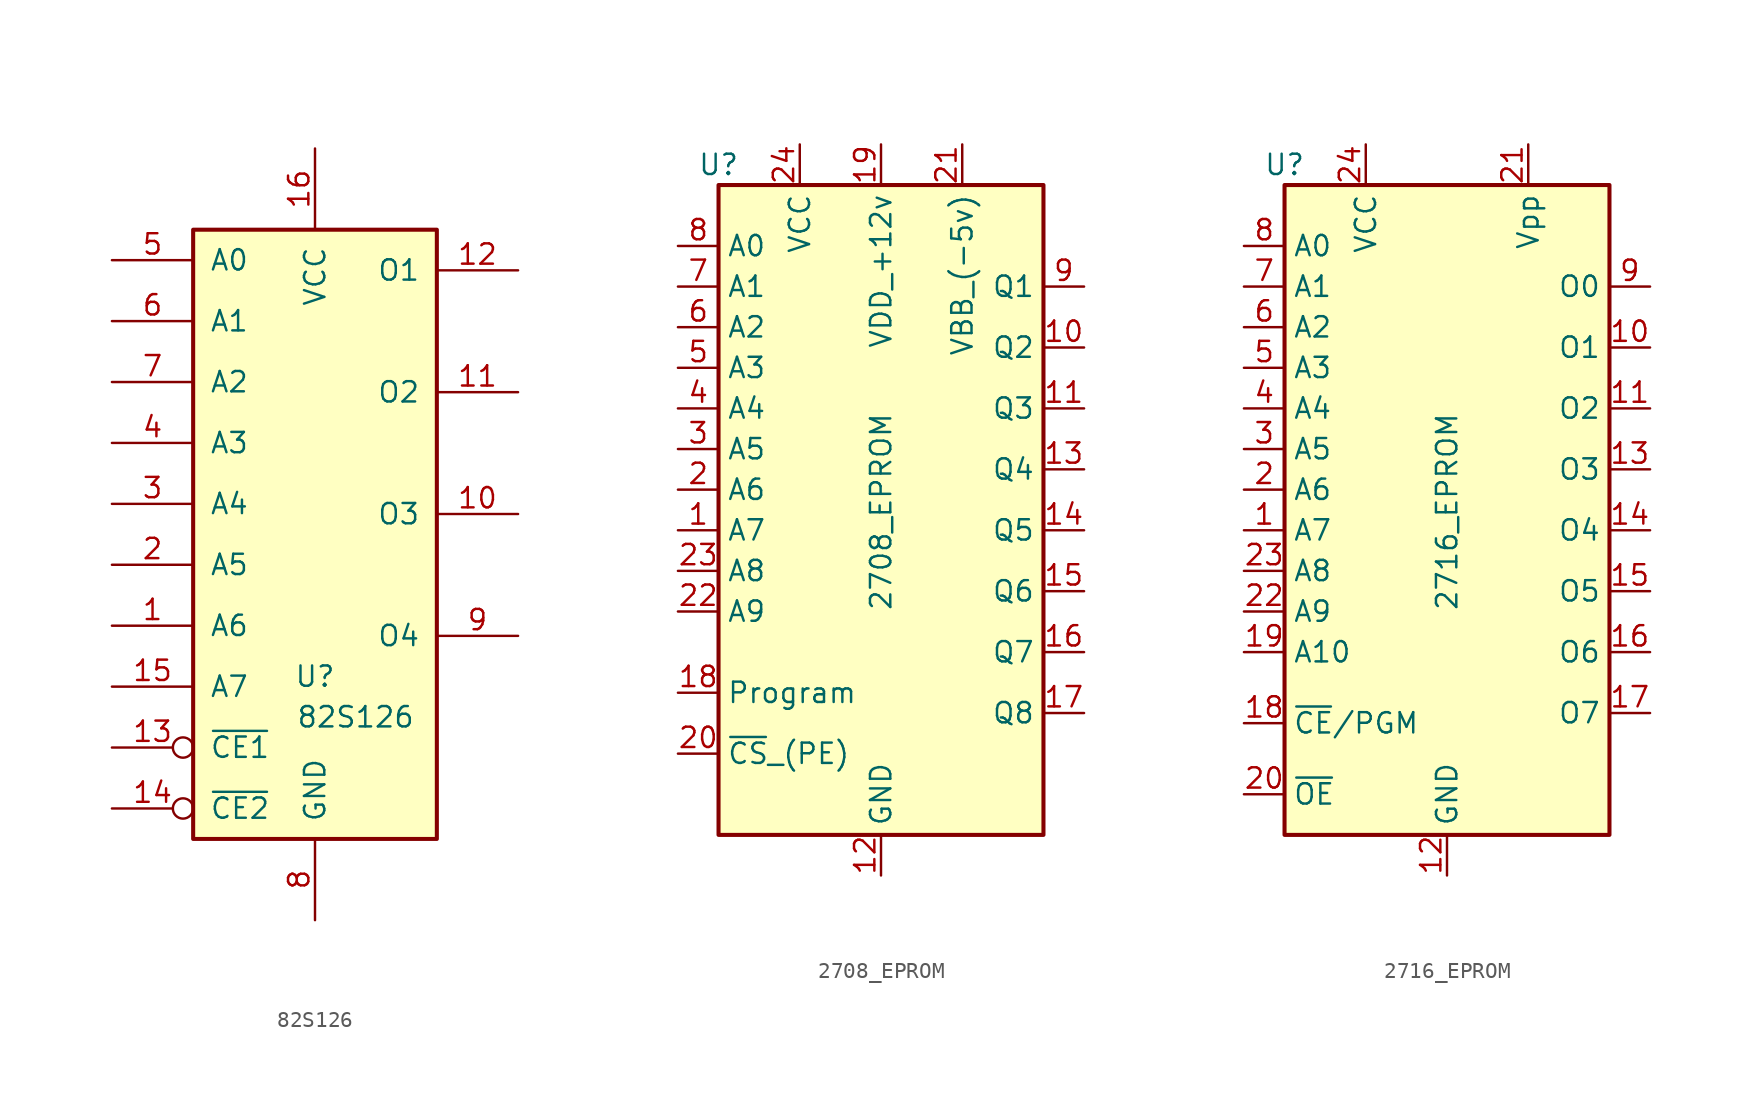
<source format=kicad_sym>
(kicad_symbol_lib
  (version 20220914)
  (generator kicad_symbol_editor)
  (symbol "82S126"
    (pin_names
      (offset 1.016))
    (property "Reference" "U"
      (at 0 -10.16 0)
      (effects (font (size 1.27 1.27))))
    (property "Value" "82S126"
      (at 2.54 -12.7 0)
      (effects (font (size 1.27 1.27))))
    (symbol "82S126_1_0"
      (pin input line (at -12.7 -6.985 0) (length 5.08) (name "A6" (effects (font (size 1.27 1.27)))) (number "1" (effects (font (size 1.27 1.27)))))
      (pin output line (at 12.7 0 180) (length 5.08) (name "O3" (effects (font (size 1.27 1.27)))) (number "10" (effects (font (size 1.27 1.27)))))
      (pin output line (at 12.7 7.62 180) (length 5.08) (name "O2" (effects (font (size 1.27 1.27)))) (number "11" (effects (font (size 1.27 1.27)))))
      (pin output line (at 12.7 15.24 180) (length 5.08) (name "O1" (effects (font (size 1.27 1.27)))) (number "12" (effects (font (size 1.27 1.27)))))
      (pin input inverted (at -12.7 -14.605 0) (length 5.08) (name "~{CE1}" (effects (font (size 1.27 1.27)))) (number "13" (effects (font (size 1.27 1.27)))))
      (pin input inverted (at -12.7 -18.415 0) (length 5.08) (name "~{CE2}" (effects (font (size 1.27 1.27)))) (number "14" (effects (font (size 1.27 1.27)))))
      (pin input line (at -12.7 -10.795 0) (length 5.08) (name "A7" (effects (font (size 1.27 1.27)))) (number "15" (effects (font (size 1.27 1.27)))))
      (pin power_in line (at 0 22.86 270) (length 5.08) (name "VCC" (effects (font (size 1.27 1.27)))) (number "16" (effects (font (size 1.27 1.27)))))
      (pin input line (at -12.7 -3.175 0) (length 5.08) (name "A5" (effects (font (size 1.27 1.27)))) (number "2" (effects (font (size 1.27 1.27)))))
      (pin input line (at -12.7 0.635 0) (length 5.08) (name "A4" (effects (font (size 1.27 1.27)))) (number "3" (effects (font (size 1.27 1.27)))))
      (pin input line (at -12.7 4.445 0) (length 5.08) (name "A3" (effects (font (size 1.27 1.27)))) (number "4" (effects (font (size 1.27 1.27)))))
      (pin input line (at -12.7 15.875 0) (length 5.08) (name "A0" (effects (font (size 1.27 1.27)))) (number "5" (effects (font (size 1.27 1.27)))))
      (pin input line (at -12.7 12.065 0) (length 5.08) (name "A1" (effects (font (size 1.27 1.27)))) (number "6" (effects (font (size 1.27 1.27)))))
      (pin input line (at -12.7 8.255 0) (length 5.08) (name "A2" (effects (font (size 1.27 1.27)))) (number "7" (effects (font (size 1.27 1.27)))))
      (pin power_in line (at 0 -25.4 90) (length 5.08) (name "GND" (effects (font (size 1.27 1.27)))) (number "8" (effects (font (size 1.27 1.27)))))
      (pin output line (at 12.7 -7.62 180) (length 5.08) (name "O4" (effects (font (size 1.27 1.27)))) (number "9" (effects (font (size 1.27 1.27))))))
    (symbol "82S126_1_1"
      (rectangle (start -7.62 17.78) (end 7.62 -20.32) (stroke (width 0.254) (type default)) (fill (type background)))))
  (symbol "2708_EPROM"
    (property "Reference" "U"
      (at -10.16 20.32 0)
      (effects (font (size 1.27 1.27))))
    (property "Value" "2708_EPROM"
      (at 0 -7.62 90)
      (effects (font (size 1.27 1.27)) (justify left)))
    (symbol "2708_EPROM_1_1"
      (rectangle (start -10.16 19.05) (end 10.16 -21.59) (stroke (width 0.254) (type default)) (fill (type background)))
      (pin input line (at -12.7 -2.54 0) (length 2.54) (name "A7" (effects (font (size 1.27 1.27)))) (number "1" (effects (font (size 1.27 1.27)))))
      (pin tri_state line (at 12.7 8.89 180) (length 2.54) (name "Q2" (effects (font (size 1.27 1.27)))) (number "10" (effects (font (size 1.27 1.27)))))
      (pin tri_state line (at 12.7 5.08 180) (length 2.54) (name "Q3" (effects (font (size 1.27 1.27)))) (number "11" (effects (font (size 1.27 1.27)))))
      (pin power_in line (at 0 -24.13 90) (length 2.54) (name "GND" (effects (font (size 1.27 1.27)))) (number "12" (effects (font (size 1.27 1.27)))))
      (pin tri_state line (at 12.7 1.27 180) (length 2.54) (name "Q4" (effects (font (size 1.27 1.27)))) (number "13" (effects (font (size 1.27 1.27)))))
      (pin tri_state line (at 12.7 -2.54 180) (length 2.54) (name "Q5" (effects (font (size 1.27 1.27)))) (number "14" (effects (font (size 1.27 1.27)))))
      (pin tri_state line (at 12.7 -6.35 180) (length 2.54) (name "Q6" (effects (font (size 1.27 1.27)))) (number "15" (effects (font (size 1.27 1.27)))))
      (pin tri_state line (at 12.7 -10.16 180) (length 2.54) (name "Q7" (effects (font (size 1.27 1.27)))) (number "16" (effects (font (size 1.27 1.27)))))
      (pin tri_state line (at 12.7 -13.97 180) (length 2.54) (name "Q8" (effects (font (size 1.27 1.27)))) (number "17" (effects (font (size 1.27 1.27)))))
      (pin input line (at -12.7 -12.7 0) (length 2.54) (name "Program" (effects (font (size 1.27 1.27)))) (number "18" (effects (font (size 1.27 1.27)))))
      (pin power_in line (at 0 21.59 270) (length 2.54) (name "VDD_+12v" (effects (font (size 1.27 1.27)))) (number "19" (effects (font (size 1.27 1.27)))))
      (pin input line (at -12.7 0 0) (length 2.54) (name "A6" (effects (font (size 1.27 1.27)))) (number "2" (effects (font (size 1.27 1.27)))))
      (pin input line (at -12.7 -16.51 0) (length 2.54) (name "~{CS}_(PE)" (effects (font (size 1.27 1.27)))) (number "20" (effects (font (size 1.27 1.27)))))
      (pin power_in line (at 5.08 21.59 270) (length 2.54) (name "VBB_(-5v)" (effects (font (size 1.27 1.27)))) (number "21" (effects (font (size 1.27 1.27)))))
      (pin input line (at -12.7 -7.62 0) (length 2.54) (name "A9" (effects (font (size 1.27 1.27)))) (number "22" (effects (font (size 1.27 1.27)))))
      (pin input line (at -12.7 -5.08 0) (length 2.54) (name "A8" (effects (font (size 1.27 1.27)))) (number "23" (effects (font (size 1.27 1.27)))))
      (pin power_in line (at -5.08 21.59 270) (length 2.54) (name "VCC" (effects (font (size 1.27 1.27)))) (number "24" (effects (font (size 1.27 1.27)))))
      (pin input line (at -12.7 2.54 0) (length 2.54) (name "A5" (effects (font (size 1.27 1.27)))) (number "3" (effects (font (size 1.27 1.27)))))
      (pin input line (at -12.7 5.08 0) (length 2.54) (name "A4" (effects (font (size 1.27 1.27)))) (number "4" (effects (font (size 1.27 1.27)))))
      (pin input line (at -12.7 7.62 0) (length 2.54) (name "A3" (effects (font (size 1.27 1.27)))) (number "5" (effects (font (size 1.27 1.27)))))
      (pin input line (at -12.7 10.16 0) (length 2.54) (name "A2" (effects (font (size 1.27 1.27)))) (number "6" (effects (font (size 1.27 1.27)))))
      (pin input line (at -12.7 12.7 0) (length 2.54) (name "A1" (effects (font (size 1.27 1.27)))) (number "7" (effects (font (size 1.27 1.27)))))
      (pin input line (at -12.7 15.24 0) (length 2.54) (name "A0" (effects (font (size 1.27 1.27)))) (number "8" (effects (font (size 1.27 1.27)))))
      (pin tri_state line (at 12.7 12.7 180) (length 2.54) (name "Q1" (effects (font (size 1.27 1.27)))) (number "9" (effects (font (size 1.27 1.27)))))))
  (symbol "2716_EPROM"
    (property "Reference" "U"
      (at -10.16 20.32 0)
      (effects (font (size 1.27 1.27))))
    (property "Value" "2716_EPROM"
      (at 0 -7.62 90)
      (effects (font (size 1.27 1.27)) (justify left)))
    (symbol "2716_EPROM_1_1"
      (rectangle (start -10.16 19.05) (end 10.16 -21.59) (stroke (width 0.254) (type default)) (fill (type background)))
      (pin input line (at -12.7 -2.54 0) (length 2.54) (name "A7" (effects (font (size 1.27 1.27)))) (number "1" (effects (font (size 1.27 1.27)))))
      (pin tri_state line (at 12.7 8.89 180) (length 2.54) (name "O1" (effects (font (size 1.27 1.27)))) (number "10" (effects (font (size 1.27 1.27)))))
      (pin tri_state line (at 12.7 5.08 180) (length 2.54) (name "O2" (effects (font (size 1.27 1.27)))) (number "11" (effects (font (size 1.27 1.27)))))
      (pin power_in line (at 0 -24.13 90) (length 2.54) (name "GND" (effects (font (size 1.27 1.27)))) (number "12" (effects (font (size 1.27 1.27)))))
      (pin tri_state line (at 12.7 1.27 180) (length 2.54) (name "O3" (effects (font (size 1.27 1.27)))) (number "13" (effects (font (size 1.27 1.27)))))
      (pin tri_state line (at 12.7 -2.54 180) (length 2.54) (name "O4" (effects (font (size 1.27 1.27)))) (number "14" (effects (font (size 1.27 1.27)))))
      (pin tri_state line (at 12.7 -6.35 180) (length 2.54) (name "O5" (effects (font (size 1.27 1.27)))) (number "15" (effects (font (size 1.27 1.27)))))
      (pin tri_state line (at 12.7 -10.16 180) (length 2.54) (name "O6" (effects (font (size 1.27 1.27)))) (number "16" (effects (font (size 1.27 1.27)))))
      (pin tri_state line (at 12.7 -13.97 180) (length 2.54) (name "O7" (effects (font (size 1.27 1.27)))) (number "17" (effects (font (size 1.27 1.27)))))
      (pin input line (at -12.7 -14.605 0) (length 2.54) (name "~{CE}/PGM" (effects (font (size 1.27 1.27)))) (number "18" (effects (font (size 1.27 1.27)))))
      (pin input line (at -12.7 -10.16 0) (length 2.54) (name "A10" (effects (font (size 1.27 1.27)))) (number "19" (effects (font (size 1.27 1.27)))))
      (pin input line (at -12.7 0 0) (length 2.54) (name "A6" (effects (font (size 1.27 1.27)))) (number "2" (effects (font (size 1.27 1.27)))))
      (pin input line (at -12.7 -19.05 0) (length 2.54) (name "~{OE}" (effects (font (size 1.27 1.27)))) (number "20" (effects (font (size 1.27 1.27)))))
      (pin power_in line (at 5.08 21.59 270) (length 2.54) (name "Vpp" (effects (font (size 1.27 1.27)))) (number "21" (effects (font (size 1.27 1.27)))))
      (pin input line (at -12.7 -7.62 0) (length 2.54) (name "A9" (effects (font (size 1.27 1.27)))) (number "22" (effects (font (size 1.27 1.27)))))
      (pin input line (at -12.7 -5.08 0) (length 2.54) (name "A8" (effects (font (size 1.27 1.27)))) (number "23" (effects (font (size 1.27 1.27)))))
      (pin power_in line (at -5.08 21.59 270) (length 2.54) (name "VCC" (effects (font (size 1.27 1.27)))) (number "24" (effects (font (size 1.27 1.27)))))
      (pin input line (at -12.7 2.54 0) (length 2.54) (name "A5" (effects (font (size 1.27 1.27)))) (number "3" (effects (font (size 1.27 1.27)))))
      (pin input line (at -12.7 5.08 0) (length 2.54) (name "A4" (effects (font (size 1.27 1.27)))) (number "4" (effects (font (size 1.27 1.27)))))
      (pin input line (at -12.7 7.62 0) (length 2.54) (name "A3" (effects (font (size 1.27 1.27)))) (number "5" (effects (font (size 1.27 1.27)))))
      (pin input line (at -12.7 10.16 0) (length 2.54) (name "A2" (effects (font (size 1.27 1.27)))) (number "6" (effects (font (size 1.27 1.27)))))
      (pin input line (at -12.7 12.7 0) (length 2.54) (name "A1" (effects (font (size 1.27 1.27)))) (number "7" (effects (font (size 1.27 1.27)))))
      (pin input line (at -12.7 15.24 0) (length 2.54) (name "A0" (effects (font (size 1.27 1.27)))) (number "8" (effects (font (size 1.27 1.27)))))
      (pin tri_state line (at 12.7 12.7 180) (length 2.54) (name "O0" (effects (font (size 1.27 1.27)))) (number "9" (effects (font (size 1.27 1.27))))))))
</source>
